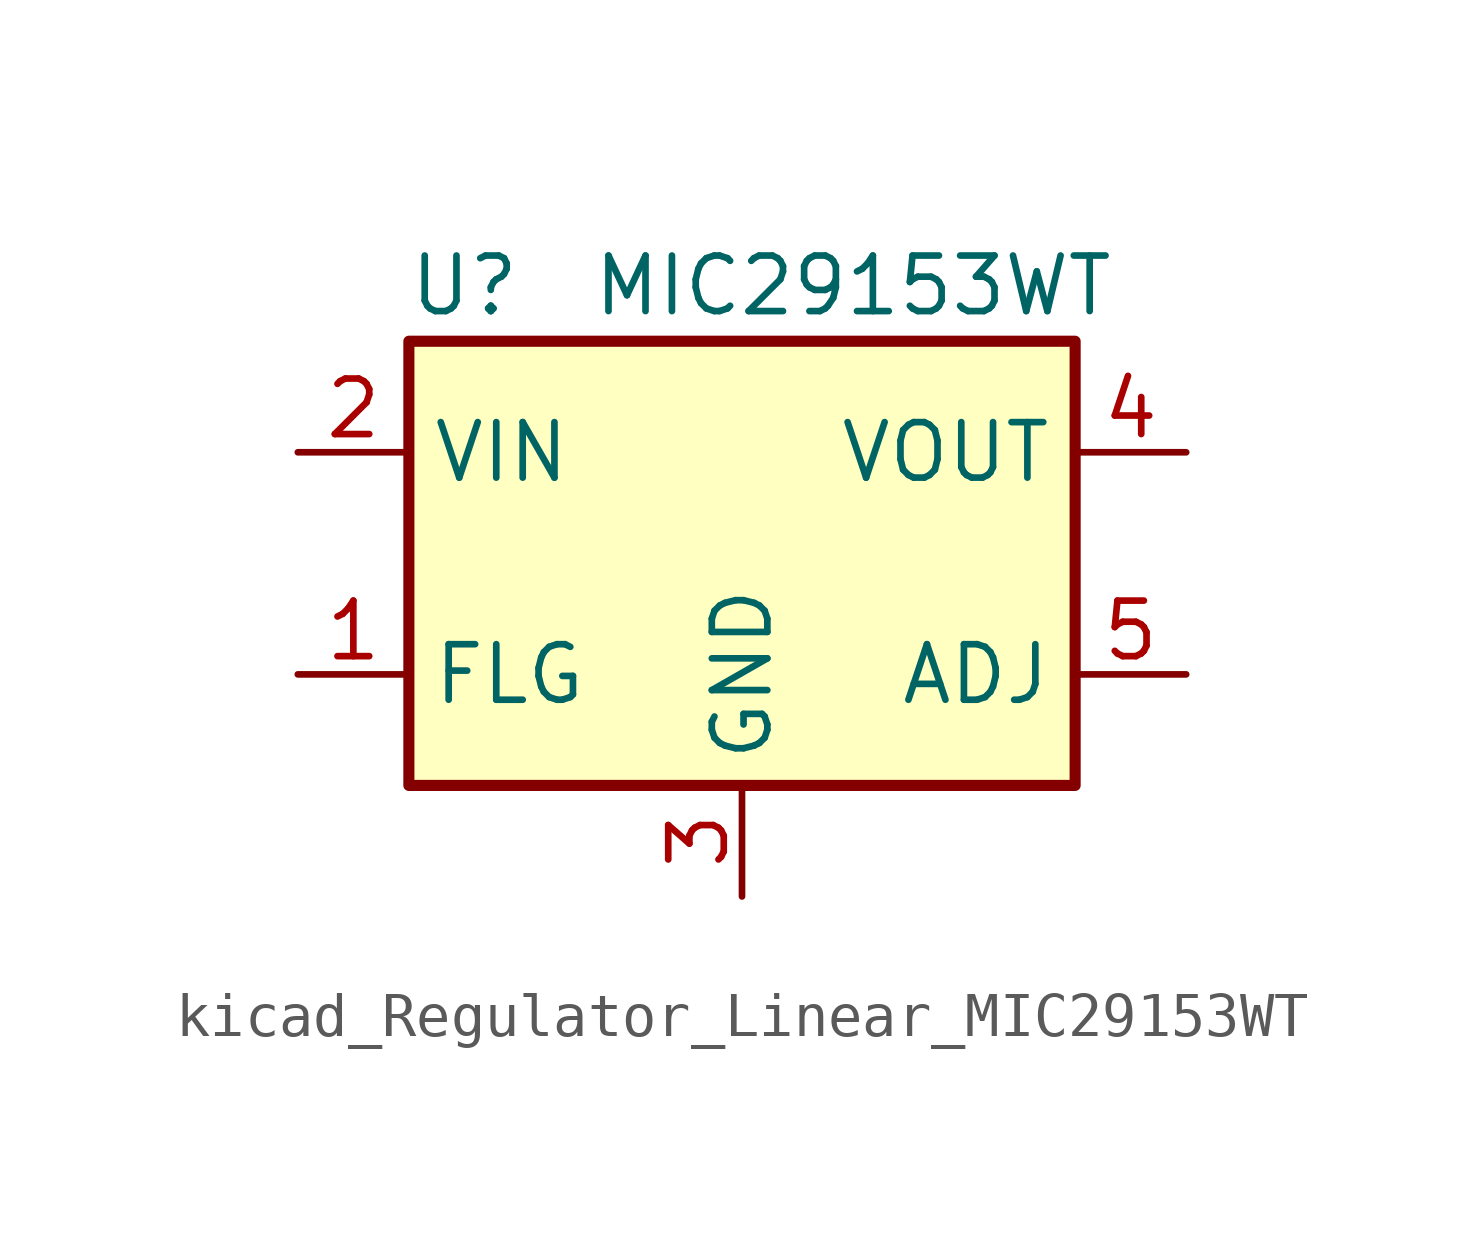
<source format=kicad_sym>
(kicad_symbol_lib
  (version 20220914)
  (generator kicad_symbol_editor)
  (symbol "kicad_Regulator_Linear_MIC29153WT"
    (property "Reference" "U"
      (at -6.35 6.35 0)
      (effects (font (size 1.27 1.27))))
    (property "Value" "MIC29153WT"
      (at 2.54 6.35 0)
      (effects (font (size 1.27 1.27))))
    (symbol "kicad_Regulator_Linear_MIC29153WT_1_1"
      (rectangle (start -7.62 5.08) (end 7.62 -5.08) (stroke (width 0.254) (type default)) (fill (type background)))
      (pin open_collector line (at -10.16 -2.54 0) (length 2.54) (name "FLG" (effects (font (size 1.27 1.27)))) (number "1" (effects (font (size 1.27 1.27)))))
      (pin power_in line (at -10.16 2.54 0) (length 2.54) (name "VIN" (effects (font (size 1.27 1.27)))) (number "2" (effects (font (size 1.27 1.27)))))
      (pin power_in line (at 0 -7.62 90) (length 2.54) (name "GND" (effects (font (size 1.27 1.27)))) (number "3" (effects (font (size 1.27 1.27)))))
      (pin power_out line (at 10.16 2.54 180) (length 2.54) (name "VOUT" (effects (font (size 1.27 1.27)))) (number "4" (effects (font (size 1.27 1.27)))))
      (pin input line (at 10.16 -2.54 180) (length 2.54) (name "ADJ" (effects (font (size 1.27 1.27)))) (number "5" (effects (font (size 1.27 1.27))))))))
</source>
